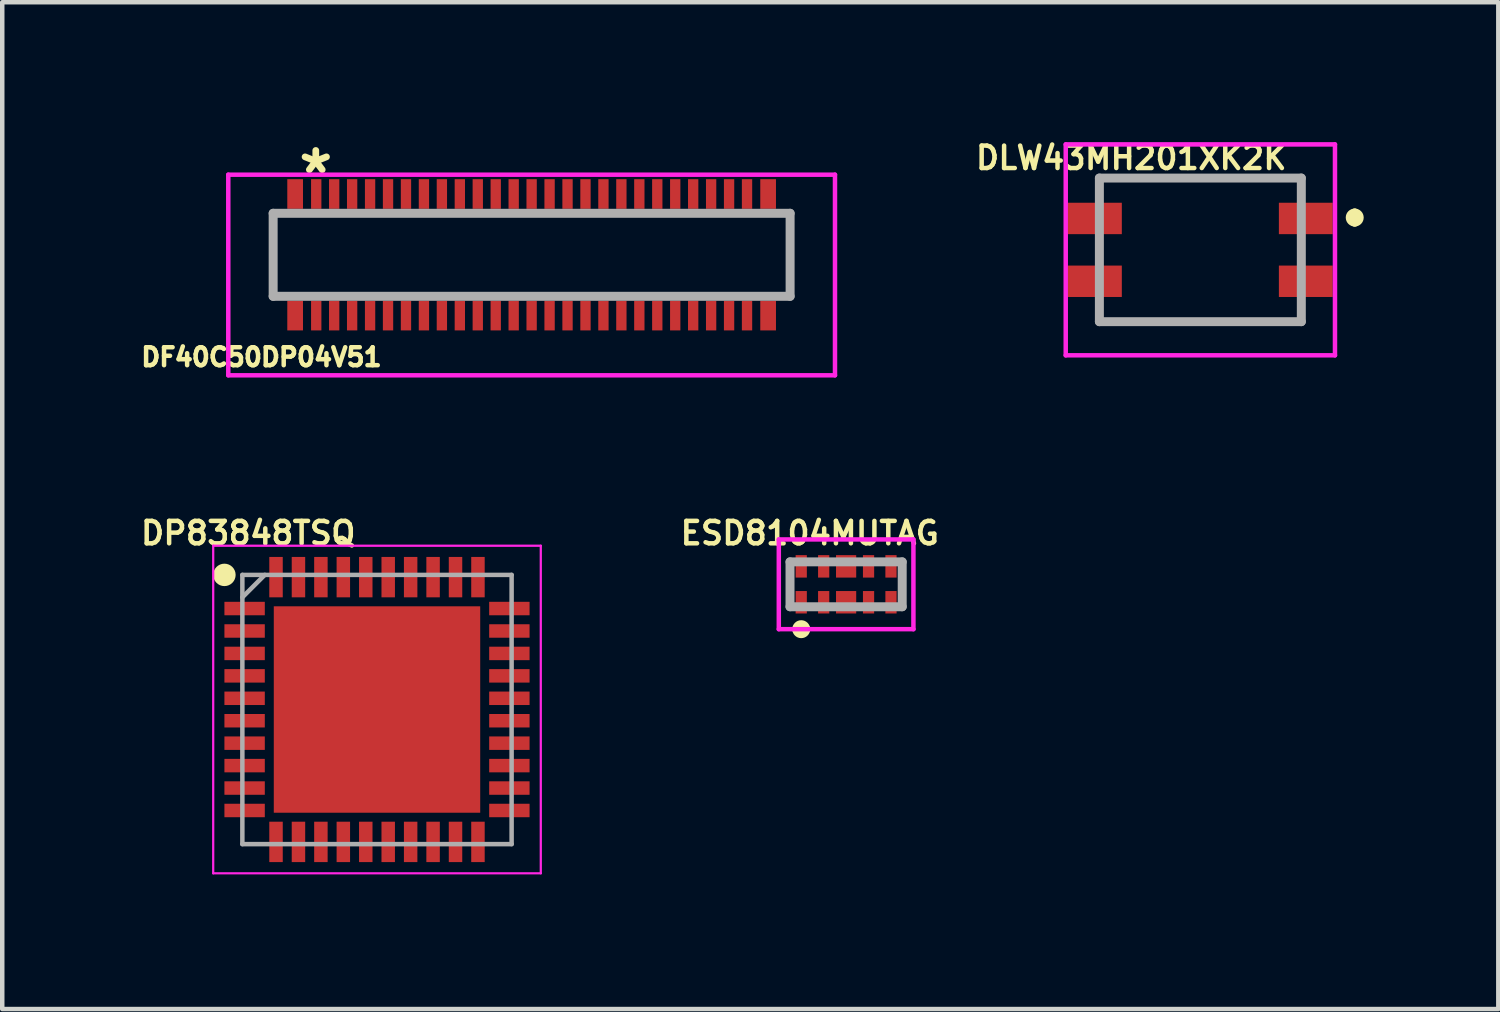
<source format=kicad_pcb>
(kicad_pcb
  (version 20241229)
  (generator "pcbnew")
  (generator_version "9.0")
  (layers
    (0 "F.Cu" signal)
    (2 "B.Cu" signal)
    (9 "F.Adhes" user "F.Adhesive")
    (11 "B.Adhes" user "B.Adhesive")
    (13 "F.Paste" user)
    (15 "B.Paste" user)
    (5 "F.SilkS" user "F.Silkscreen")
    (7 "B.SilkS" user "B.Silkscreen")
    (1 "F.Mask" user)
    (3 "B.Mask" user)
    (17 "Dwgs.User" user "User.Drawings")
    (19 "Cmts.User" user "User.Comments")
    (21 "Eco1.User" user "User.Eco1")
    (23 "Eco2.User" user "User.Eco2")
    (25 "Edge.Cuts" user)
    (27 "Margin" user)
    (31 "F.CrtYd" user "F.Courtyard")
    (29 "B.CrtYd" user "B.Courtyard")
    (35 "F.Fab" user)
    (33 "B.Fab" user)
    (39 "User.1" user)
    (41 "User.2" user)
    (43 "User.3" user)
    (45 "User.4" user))
  (footprint "ESD8104MUTAG"
    (layer "F.Cu")
    (at 15.805 9.971)
    (property "Reference" "ESD8104MUTAG" (at -0.81 -1.14 0) (layer "F.SilkS") (effects (font (size 0.5 0.5) (thickness 0.1))))
    (attr smd)
    (fp_line (start -1.25 -0.5) (end -1.25 0.5) (stroke (width 0.1) (type solid)) (layer "F.SilkS"))
    (fp_line (start -1.1 1) (end -1.1 1) (stroke (width 0.2) (type solid)) (layer "F.SilkS"))
    (fp_line (start -0.9 1) (end -0.9 1) (stroke (width 0.2) (type solid)) (layer "F.SilkS"))
    (fp_line (start 1.25 -0.5) (end 1.25 0.5) (stroke (width 0.1) (type solid)) (layer "F.SilkS"))
    (fp_arc (start -1.1 1) (mid -1 0.9) (end -0.9 1) (stroke (width 0.2) (type solid)) (layer "F.SilkS"))
    (fp_arc (start -0.9 1) (mid -1 1.1) (end -1.1 1) (stroke (width 0.2) (type solid)) (layer "F.SilkS"))
    (fp_line (start -1.5 -1) (end 1.5 -1) (stroke (width 0.1) (type solid)) (layer "F.CrtYd"))
    (fp_line (start -1.5 1) (end -1.5 -1) (stroke (width 0.1) (type solid)) (layer "F.CrtYd"))
    (fp_line (start 1.5 -1) (end 1.5 1) (stroke (width 0.1) (type solid)) (layer "F.CrtYd"))
    (fp_line (start 1.5 1) (end -1.5 1) (stroke (width 0.1) (type solid)) (layer "F.CrtYd"))
    (fp_line (start -1.25 -0.5) (end 1.25 -0.5) (stroke (width 0.2) (type solid)) (layer "F.Fab"))
    (fp_line (start -1.25 0.5) (end -1.25 -0.5) (stroke (width 0.2) (type solid)) (layer "F.Fab"))
    (fp_line (start 1.25 -0.5) (end 1.25 0.5) (stroke (width 0.2) (type solid)) (layer "F.Fab"))
    (fp_line (start 1.25 0.5) (end -1.25 0.5) (stroke (width 0.2) (type solid)) (layer "F.Fab"))
    (pad "1" smd rect (at -1 0.4) (size 0.25 0.5) (layers "F.Cu" "F.Mask" "F.Paste"))
    (pad "2" smd rect (at -0.5 0.4) (size 0.25 0.5) (layers "F.Cu" "F.Mask" "F.Paste"))
    (pad "3" smd rect (at 0 0.4) (size 0.45 0.5) (layers "F.Cu" "F.Mask" "F.Paste"))
    (pad "4" smd rect (at 0.5 0.4) (size 0.25 0.5) (layers "F.Cu" "F.Mask" "F.Paste"))
    (pad "5" smd rect (at 1 0.4) (size 0.25 0.5) (layers "F.Cu" "F.Mask" "F.Paste"))
    (pad "6" smd rect (at 1 -0.4) (size 0.25 0.5) (layers "F.Cu" "F.Mask" "F.Paste"))
    (pad "7" smd rect (at 0.5 -0.4) (size 0.25 0.5) (layers "F.Cu" "F.Mask" "F.Paste"))
    (pad "8" smd rect (at 0 -0.4) (size 0.45 0.5) (layers "F.Cu" "F.Mask" "F.Paste"))
    (pad "9" smd rect (at -0.5 -0.4) (size 0.25 0.5) (layers "F.Cu" "F.Mask" "F.Paste"))
    (pad "10" smd rect (at -1 -0.4) (size 0.25 0.5) (layers "F.Cu" "F.Mask" "F.Paste")))
  (footprint "DF40C50DP04V51"
    (layer "F.Cu")
    (at 8.797 2.628)
    (property "Reference" "DF40C50DP04V51" (at -6.02 2.28 0) (layer "F.SilkS") (effects (font (size 0.4 0.4) (thickness 0.1))))
    (attr smd)
    (fp_line (start -5.76 -0.925) (end -5.76 0.925) (stroke (width 0.1) (type solid)) (layer "F.SilkS"))
    (fp_line (start 5.76 -0.925) (end 5.76 0.925) (stroke (width 0.1) (type solid)) (layer "F.SilkS"))
    (fp_line (start -6.76 -1.785) (end 6.76 -1.785) (stroke (width 0.1) (type solid)) (layer "F.CrtYd"))
    (fp_line (start -6.76 2.685) (end -6.76 -1.785) (stroke (width 0.1) (type solid)) (layer "F.CrtYd"))
    (fp_line (start 6.76 -1.785) (end 6.76 2.685) (stroke (width 0.1) (type solid)) (layer "F.CrtYd"))
    (fp_line (start 6.76 2.685) (end -6.76 2.685) (stroke (width 0.1) (type solid)) (layer "F.CrtYd"))
    (fp_line (start -5.76 -0.925) (end 5.76 -0.925) (stroke (width 0.2) (type solid)) (layer "F.Fab"))
    (fp_line (start -5.76 0.925) (end -5.76 -0.925) (stroke (width 0.2) (type solid)) (layer "F.Fab"))
    (fp_line (start 5.76 -0.925) (end 5.76 0.925) (stroke (width 0.2) (type solid)) (layer "F.Fab"))
    (fp_line (start 5.76 0.925) (end -5.76 0.925) (stroke (width 0.2) (type solid)) (layer "F.Fab"))
    (fp_text user "*" (at -4.81 -1.78 0) (layer "F.SilkS") (effects (font (size 1 1) (thickness 0.15))))
    (pad "1" smd rect (at -4.8 -1.355) (size 0.23 0.66) (layers "F.Cu" "F.Mask" "F.Paste"))
    (pad "2" smd rect (at -4.8 1.355) (size 0.23 0.66) (layers "F.Cu" "F.Mask" "F.Paste"))
    (pad "3" smd rect (at -4.4 -1.355) (size 0.23 0.66) (layers "F.Cu" "F.Mask" "F.Paste"))
    (pad "4" smd rect (at -4.4 1.355) (size 0.23 0.66) (layers "F.Cu" "F.Mask" "F.Paste"))
    (pad "5" smd rect (at -4 -1.355) (size 0.23 0.66) (layers "F.Cu" "F.Mask" "F.Paste"))
    (pad "6" smd rect (at -4 1.355) (size 0.23 0.66) (layers "F.Cu" "F.Mask" "F.Paste"))
    (pad "7" smd rect (at -3.6 -1.355) (size 0.23 0.66) (layers "F.Cu" "F.Mask" "F.Paste"))
    (pad "8" smd rect (at -3.6 1.355) (size 0.23 0.66) (layers "F.Cu" "F.Mask" "F.Paste"))
    (pad "9" smd rect (at -3.2 -1.355) (size 0.23 0.66) (layers "F.Cu" "F.Mask" "F.Paste"))
    (pad "10" smd rect (at -3.2 1.355) (size 0.23 0.66) (layers "F.Cu" "F.Mask" "F.Paste"))
    (pad "11" smd rect (at -2.8 -1.355) (size 0.23 0.66) (layers "F.Cu" "F.Mask" "F.Paste"))
    (pad "12" smd rect (at -2.8 1.355) (size 0.23 0.66) (layers "F.Cu" "F.Mask" "F.Paste"))
    (pad "13" smd rect (at -2.4 -1.355) (size 0.23 0.66) (layers "F.Cu" "F.Mask" "F.Paste"))
    (pad "14" smd rect (at -2.4 1.355) (size 0.23 0.66) (layers "F.Cu" "F.Mask" "F.Paste"))
    (pad "15" smd rect (at -2 -1.355) (size 0.23 0.66) (layers "F.Cu" "F.Mask" "F.Paste"))
    (pad "16" smd rect (at -2 1.355) (size 0.23 0.66) (layers "F.Cu" "F.Mask" "F.Paste"))
    (pad "17" smd rect (at -1.6 -1.355) (size 0.23 0.66) (layers "F.Cu" "F.Mask" "F.Paste"))
    (pad "18" smd rect (at -1.6 1.355) (size 0.23 0.66) (layers "F.Cu" "F.Mask" "F.Paste"))
    (pad "19" smd rect (at -1.2 -1.355) (size 0.23 0.66) (layers "F.Cu" "F.Mask" "F.Paste"))
    (pad "20" smd rect (at -1.2 1.355) (size 0.23 0.66) (layers "F.Cu" "F.Mask" "F.Paste"))
    (pad "21" smd rect (at -0.8 -1.355) (size 0.23 0.66) (layers "F.Cu" "F.Mask" "F.Paste"))
    (pad "22" smd rect (at -0.8 1.355) (size 0.23 0.66) (layers "F.Cu" "F.Mask" "F.Paste"))
    (pad "23" smd rect (at -0.4 -1.355) (size 0.23 0.66) (layers "F.Cu" "F.Mask" "F.Paste"))
    (pad "24" smd rect (at -0.4 1.355) (size 0.23 0.66) (layers "F.Cu" "F.Mask" "F.Paste"))
    (pad "25" smd rect (at 0 -1.355) (size 0.23 0.66) (layers "F.Cu" "F.Mask" "F.Paste"))
    (pad "26" smd rect (at 0 1.355) (size 0.23 0.66) (layers "F.Cu" "F.Mask" "F.Paste"))
    (pad "27" smd rect (at 0.4 -1.355) (size 0.23 0.66) (layers "F.Cu" "F.Mask" "F.Paste"))
    (pad "28" smd rect (at 0.4 1.355) (size 0.23 0.66) (layers "F.Cu" "F.Mask" "F.Paste"))
    (pad "29" smd rect (at 0.8 -1.355) (size 0.23 0.66) (layers "F.Cu" "F.Mask" "F.Paste"))
    (pad "30" smd rect (at 0.8 1.355) (size 0.23 0.66) (layers "F.Cu" "F.Mask" "F.Paste"))
    (pad "31" smd rect (at 1.2 -1.355) (size 0.23 0.66) (layers "F.Cu" "F.Mask" "F.Paste"))
    (pad "32" smd rect (at 1.2 1.355) (size 0.23 0.66) (layers "F.Cu" "F.Mask" "F.Paste"))
    (pad "33" smd rect (at 1.6 -1.355) (size 0.23 0.66) (layers "F.Cu" "F.Mask" "F.Paste"))
    (pad "34" smd rect (at 1.6 1.355) (size 0.23 0.66) (layers "F.Cu" "F.Mask" "F.Paste"))
    (pad "35" smd rect (at 2 -1.355) (size 0.23 0.66) (layers "F.Cu" "F.Mask" "F.Paste"))
    (pad "36" smd rect (at 2 1.355) (size 0.23 0.66) (layers "F.Cu" "F.Mask" "F.Paste"))
    (pad "37" smd rect (at 2.4 -1.355) (size 0.23 0.66) (layers "F.Cu" "F.Mask" "F.Paste"))
    (pad "38" smd rect (at 2.4 1.355) (size 0.23 0.66) (layers "F.Cu" "F.Mask" "F.Paste"))
    (pad "39" smd rect (at 2.8 -1.355) (size 0.23 0.66) (layers "F.Cu" "F.Mask" "F.Paste"))
    (pad "40" smd rect (at 2.8 1.355) (size 0.23 0.66) (layers "F.Cu" "F.Mask" "F.Paste"))
    (pad "41" smd rect (at 3.2 -1.355) (size 0.23 0.66) (layers "F.Cu" "F.Mask" "F.Paste"))
    (pad "42" smd rect (at 3.2 1.355) (size 0.23 0.66) (layers "F.Cu" "F.Mask" "F.Paste"))
    (pad "43" smd rect (at 3.6 -1.355) (size 0.23 0.66) (layers "F.Cu" "F.Mask" "F.Paste"))
    (pad "44" smd rect (at 3.6 1.355) (size 0.23 0.66) (layers "F.Cu" "F.Mask" "F.Paste"))
    (pad "45" smd rect (at 4 -1.355) (size 0.23 0.66) (layers "F.Cu" "F.Mask" "F.Paste"))
    (pad "46" smd rect (at 4 1.355) (size 0.23 0.66) (layers "F.Cu" "F.Mask" "F.Paste"))
    (pad "47" smd rect (at 4.4 -1.355) (size 0.23 0.66) (layers "F.Cu" "F.Mask" "F.Paste"))
    (pad "48" smd rect (at 4.4 1.355) (size 0.23 0.66) (layers "F.Cu" "F.Mask" "F.Paste"))
    (pad "49" smd rect (at 4.8 -1.355) (size 0.23 0.66) (layers "F.Cu" "F.Mask" "F.Paste"))
    (pad "50" smd rect (at 4.8 1.355) (size 0.23 0.66) (layers "F.Cu" "F.Mask" "F.Paste"))
    (pad "51" smd rect (at -5.27 -1.355) (size 0.35 0.66) (layers "F.Cu" "F.Mask" "F.Paste"))
    (pad "52" smd rect (at -5.27 1.355) (size 0.35 0.66) (layers "F.Cu" "F.Mask" "F.Paste"))
    (pad "53" smd rect (at 5.27 1.355) (size 0.35 0.66) (layers "F.Cu" "F.Mask" "F.Paste"))
    (pad "54" smd rect (at 5.27 -1.355) (size 0.35 0.66) (layers "F.Cu" "F.Mask" "F.Paste")))
  (footprint "DLW43MH201XK2K"
    (layer "F.Cu")
    (at 23.699 2.518)
    (property "Reference" "DLW43MH201XK2K" (at -1.54 -2.05 0) (layer "F.SilkS") (effects (font (size 0.5 0.5) (thickness 0.1))))
    (attr smd)
    (fp_line (start -1.2 -1.6) (end -2.25 -1.6) (stroke (width 0.1) (type solid)) (layer "F.SilkS"))
    (fp_line (start -1.2 1.6) (end -2.25 1.6) (stroke (width 0.1) (type solid)) (layer "F.SilkS"))
    (fp_line (start 1.2 -1.6) (end -1.2 -1.6) (stroke (width 0.1) (type solid)) (layer "F.SilkS"))
    (fp_line (start 1.2 1.6) (end -1.2 1.6) (stroke (width 0.1) (type solid)) (layer "F.SilkS"))
    (fp_line (start 2.25 -1.6) (end 0.9 -1.6) (stroke (width 0.1) (type solid)) (layer "F.SilkS"))
    (fp_line (start 2.25 1.6) (end 1.2 1.6) (stroke (width 0.1) (type solid)) (layer "F.SilkS"))
    (fp_line (start 3.44 -0.82) (end 3.44 -0.82) (stroke (width 0.2) (type solid)) (layer "F.SilkS"))
    (fp_line (start 3.44 -0.62) (end 3.44 -0.62) (stroke (width 0.2) (type solid)) (layer "F.SilkS"))
    (fp_arc (start 3.44 -0.82) (mid 3.54 -0.72) (end 3.44 -0.62) (stroke (width 0.2) (type solid)) (layer "F.SilkS"))
    (fp_arc (start 3.44 -0.62) (mid 3.34 -0.72) (end 3.44 -0.82) (stroke (width 0.2) (type solid)) (layer "F.SilkS"))
    (fp_line (start -3 -2.35) (end -3 2.35) (stroke (width 0.1) (type solid)) (layer "F.CrtYd"))
    (fp_line (start -3 2.35) (end 3 2.35) (stroke (width 0.1) (type solid)) (layer "F.CrtYd"))
    (fp_line (start 3 -2.35) (end -3 -2.35) (stroke (width 0.1) (type solid)) (layer "F.CrtYd"))
    (fp_line (start 3 2.35) (end 3 -2.35) (stroke (width 0.1) (type solid)) (layer "F.CrtYd"))
    (fp_line (start -2.25 -1.6) (end 2.25 -1.6) (stroke (width 0.2) (type solid)) (layer "F.Fab"))
    (fp_line (start -2.25 1.6) (end -2.25 -1.6) (stroke (width 0.2) (type solid)) (layer "F.Fab"))
    (fp_line (start 2.25 -1.6) (end 2.25 1.6) (stroke (width 0.2) (type solid)) (layer "F.Fab"))
    (fp_line (start 2.25 1.6) (end -2.25 1.6) (stroke (width 0.2) (type solid)) (layer "F.Fab"))
    (pad "1" smd rect (at 2.35 -0.7 90) (size 0.7 1.2) (layers "F.Cu" "F.Mask" "F.Paste"))
    (pad "2" smd rect (at -2.35 -0.7 90) (size 0.7 1.2) (layers "F.Cu" "F.Mask" "F.Paste"))
    (pad "3" smd rect (at -2.35 0.7 90) (size 0.7 1.2) (layers "F.Cu" "F.Mask" "F.Paste"))
    (pad "4" smd rect (at 2.35 0.7 90) (size 0.7 1.2) (layers "F.Cu" "F.Mask" "F.Paste")))
  (footprint "DP83848TSQ"
    (layer "F.Cu")
    (at 5.351 12.761)
    (property "Reference" "DP83848TSQ" (at -2.87 -3.93 0) (layer "F.SilkS") (effects (font (size 0.5 0.5) (thickness 0.1))))
    (attr smd)
    (fp_circle (center -3.4 -3) (end -3.4 -2.875) (stroke (width 0.25) (type solid)) (fill no) (layer "F.SilkS"))
    (fp_line (start -3.65 -3.65) (end 3.65 -3.65) (stroke (width 0.05) (type solid)) (layer "F.CrtYd"))
    (fp_line (start -3.65 3.65) (end -3.65 -3.65) (stroke (width 0.05) (type solid)) (layer "F.CrtYd"))
    (fp_line (start 3.65 -3.65) (end 3.65 3.65) (stroke (width 0.05) (type solid)) (layer "F.CrtYd"))
    (fp_line (start 3.65 3.65) (end -3.65 3.65) (stroke (width 0.05) (type solid)) (layer "F.CrtYd"))
    (fp_line (start -3 -3) (end 3 -3) (stroke (width 0.1) (type solid)) (layer "F.Fab"))
    (fp_line (start -3 -2.5) (end -2.5 -3) (stroke (width 0.1) (type solid)) (layer "F.Fab"))
    (fp_line (start -3 3) (end -3 -3) (stroke (width 0.1) (type solid)) (layer "F.Fab"))
    (fp_line (start 3 -3) (end 3 3) (stroke (width 0.1) (type solid)) (layer "F.Fab"))
    (fp_line (start 3 3) (end -3 3) (stroke (width 0.1) (type solid)) (layer "F.Fab"))
    (pad "" smd rect (at -1.48 -1.48) (size 1.28 1.28) (layers "F.Paste"))
    (pad "" smd rect (at -1.48 0) (size 1.28 1.28) (layers "F.Paste"))
    (pad "" smd rect (at -1.48 1.48) (size 1.28 1.28) (layers "F.Paste"))
    (pad "" smd rect (at 0 -1.48) (size 1.28 1.28) (layers "F.Paste"))
    (pad "" smd rect (at 0 0) (size 1.28 1.28) (layers "F.Paste"))
    (pad "" smd rect (at 0 1.48) (size 1.28 1.28) (layers "F.Paste"))
    (pad "" smd rect (at 1.48 -1.48) (size 1.28 1.28) (layers "F.Paste"))
    (pad "" smd rect (at 1.48 0) (size 1.28 1.28) (layers "F.Paste"))
    (pad "" smd rect (at 1.48 1.48) (size 1.28 1.28) (layers "F.Paste"))
    (pad "1" smd rect (at -2.95 -2.25 90) (size 0.3 0.9) (layers "F.Cu" "F.Mask" "F.Paste"))
    (pad "2" smd rect (at -2.95 -1.75 90) (size 0.3 0.9) (layers "F.Cu" "F.Mask" "F.Paste"))
    (pad "3" smd rect (at -2.95 -1.25 90) (size 0.3 0.9) (layers "F.Cu" "F.Mask" "F.Paste"))
    (pad "4" smd rect (at -2.95 -0.75 90) (size 0.3 0.9) (layers "F.Cu" "F.Mask" "F.Paste"))
    (pad "5" smd rect (at -2.95 -0.25 90) (size 0.3 0.9) (layers "F.Cu" "F.Mask" "F.Paste"))
    (pad "6" smd rect (at -2.95 0.25 90) (size 0.3 0.9) (layers "F.Cu" "F.Mask" "F.Paste"))
    (pad "7" smd rect (at -2.95 0.75 90) (size 0.3 0.9) (layers "F.Cu" "F.Mask" "F.Paste"))
    (pad "8" smd rect (at -2.95 1.25 90) (size 0.3 0.9) (layers "F.Cu" "F.Mask" "F.Paste"))
    (pad "9" smd rect (at -2.95 1.75 90) (size 0.3 0.9) (layers "F.Cu" "F.Mask" "F.Paste"))
    (pad "10" smd rect (at -2.95 2.25 90) (size 0.3 0.9) (layers "F.Cu" "F.Mask" "F.Paste"))
    (pad "11" smd rect (at -2.25 2.95) (size 0.3 0.9) (layers "F.Cu" "F.Mask" "F.Paste"))
    (pad "12" smd rect (at -1.75 2.95) (size 0.3 0.9) (layers "F.Cu" "F.Mask" "F.Paste"))
    (pad "13" smd rect (at -1.25 2.95) (size 0.3 0.9) (layers "F.Cu" "F.Mask" "F.Paste"))
    (pad "14" smd rect (at -0.75 2.95) (size 0.3 0.9) (layers "F.Cu" "F.Mask" "F.Paste"))
    (pad "15" smd rect (at -0.25 2.95) (size 0.3 0.9) (layers "F.Cu" "F.Mask" "F.Paste"))
    (pad "16" smd rect (at 0.25 2.95) (size 0.3 0.9) (layers "F.Cu" "F.Mask" "F.Paste"))
    (pad "17" smd rect (at 0.75 2.95) (size 0.3 0.9) (layers "F.Cu" "F.Mask" "F.Paste"))
    (pad "18" smd rect (at 1.25 2.95) (size 0.3 0.9) (layers "F.Cu" "F.Mask" "F.Paste"))
    (pad "19" smd rect (at 1.75 2.95) (size 0.3 0.9) (layers "F.Cu" "F.Mask" "F.Paste"))
    (pad "20" smd rect (at 2.25 2.95) (size 0.3 0.9) (layers "F.Cu" "F.Mask" "F.Paste"))
    (pad "21" smd rect (at 2.95 2.25 90) (size 0.3 0.9) (layers "F.Cu" "F.Mask" "F.Paste"))
    (pad "22" smd rect (at 2.95 1.75 90) (size 0.3 0.9) (layers "F.Cu" "F.Mask" "F.Paste"))
    (pad "23" smd rect (at 2.95 1.25 90) (size 0.3 0.9) (layers "F.Cu" "F.Mask" "F.Paste"))
    (pad "24" smd rect (at 2.95 0.75 90) (size 0.3 0.9) (layers "F.Cu" "F.Mask" "F.Paste"))
    (pad "25" smd rect (at 2.95 0.25 90) (size 0.3 0.9) (layers "F.Cu" "F.Mask" "F.Paste"))
    (pad "26" smd rect (at 2.95 -0.25 90) (size 0.3 0.9) (layers "F.Cu" "F.Mask" "F.Paste"))
    (pad "27" smd rect (at 2.95 -0.75 90) (size 0.3 0.9) (layers "F.Cu" "F.Mask" "F.Paste"))
    (pad "28" smd rect (at 2.95 -1.25 90) (size 0.3 0.9) (layers "F.Cu" "F.Mask" "F.Paste"))
    (pad "29" smd rect (at 2.95 -1.75 90) (size 0.3 0.9) (layers "F.Cu" "F.Mask" "F.Paste"))
    (pad "30" smd rect (at 2.95 -2.25 90) (size 0.3 0.9) (layers "F.Cu" "F.Mask" "F.Paste"))
    (pad "31" smd rect (at 2.25 -2.95) (size 0.3 0.9) (layers "F.Cu" "F.Mask" "F.Paste"))
    (pad "32" smd rect (at 1.75 -2.95) (size 0.3 0.9) (layers "F.Cu" "F.Mask" "F.Paste"))
    (pad "33" smd rect (at 1.25 -2.95) (size 0.3 0.9) (layers "F.Cu" "F.Mask" "F.Paste"))
    (pad "34" smd rect (at 0.75 -2.95) (size 0.3 0.9) (layers "F.Cu" "F.Mask" "F.Paste"))
    (pad "35" smd rect (at 0.25 -2.95) (size 0.3 0.9) (layers "F.Cu" "F.Mask" "F.Paste"))
    (pad "36" smd rect (at -0.25 -2.95) (size 0.3 0.9) (layers "F.Cu" "F.Mask" "F.Paste"))
    (pad "37" smd rect (at -0.75 -2.95) (size 0.3 0.9) (layers "F.Cu" "F.Mask" "F.Paste"))
    (pad "38" smd rect (at -1.25 -2.95) (size 0.3 0.9) (layers "F.Cu" "F.Mask" "F.Paste"))
    (pad "39" smd rect (at -1.75 -2.95) (size 0.3 0.9) (layers "F.Cu" "F.Mask" "F.Paste"))
    (pad "40" smd rect (at -2.25 -2.95) (size 0.3 0.9) (layers "F.Cu" "F.Mask" "F.Paste"))
    (pad "41" smd rect (at 0 0) (size 4.6 4.6) (layers "F.Cu" "F.Mask")))
  (gr_rect
    (start -3 -3)
    (end 30.339 19.436)
    (stroke (width 0.1) (type default))
    (fill no)
    (layer "Edge.Cuts")))
</source>
